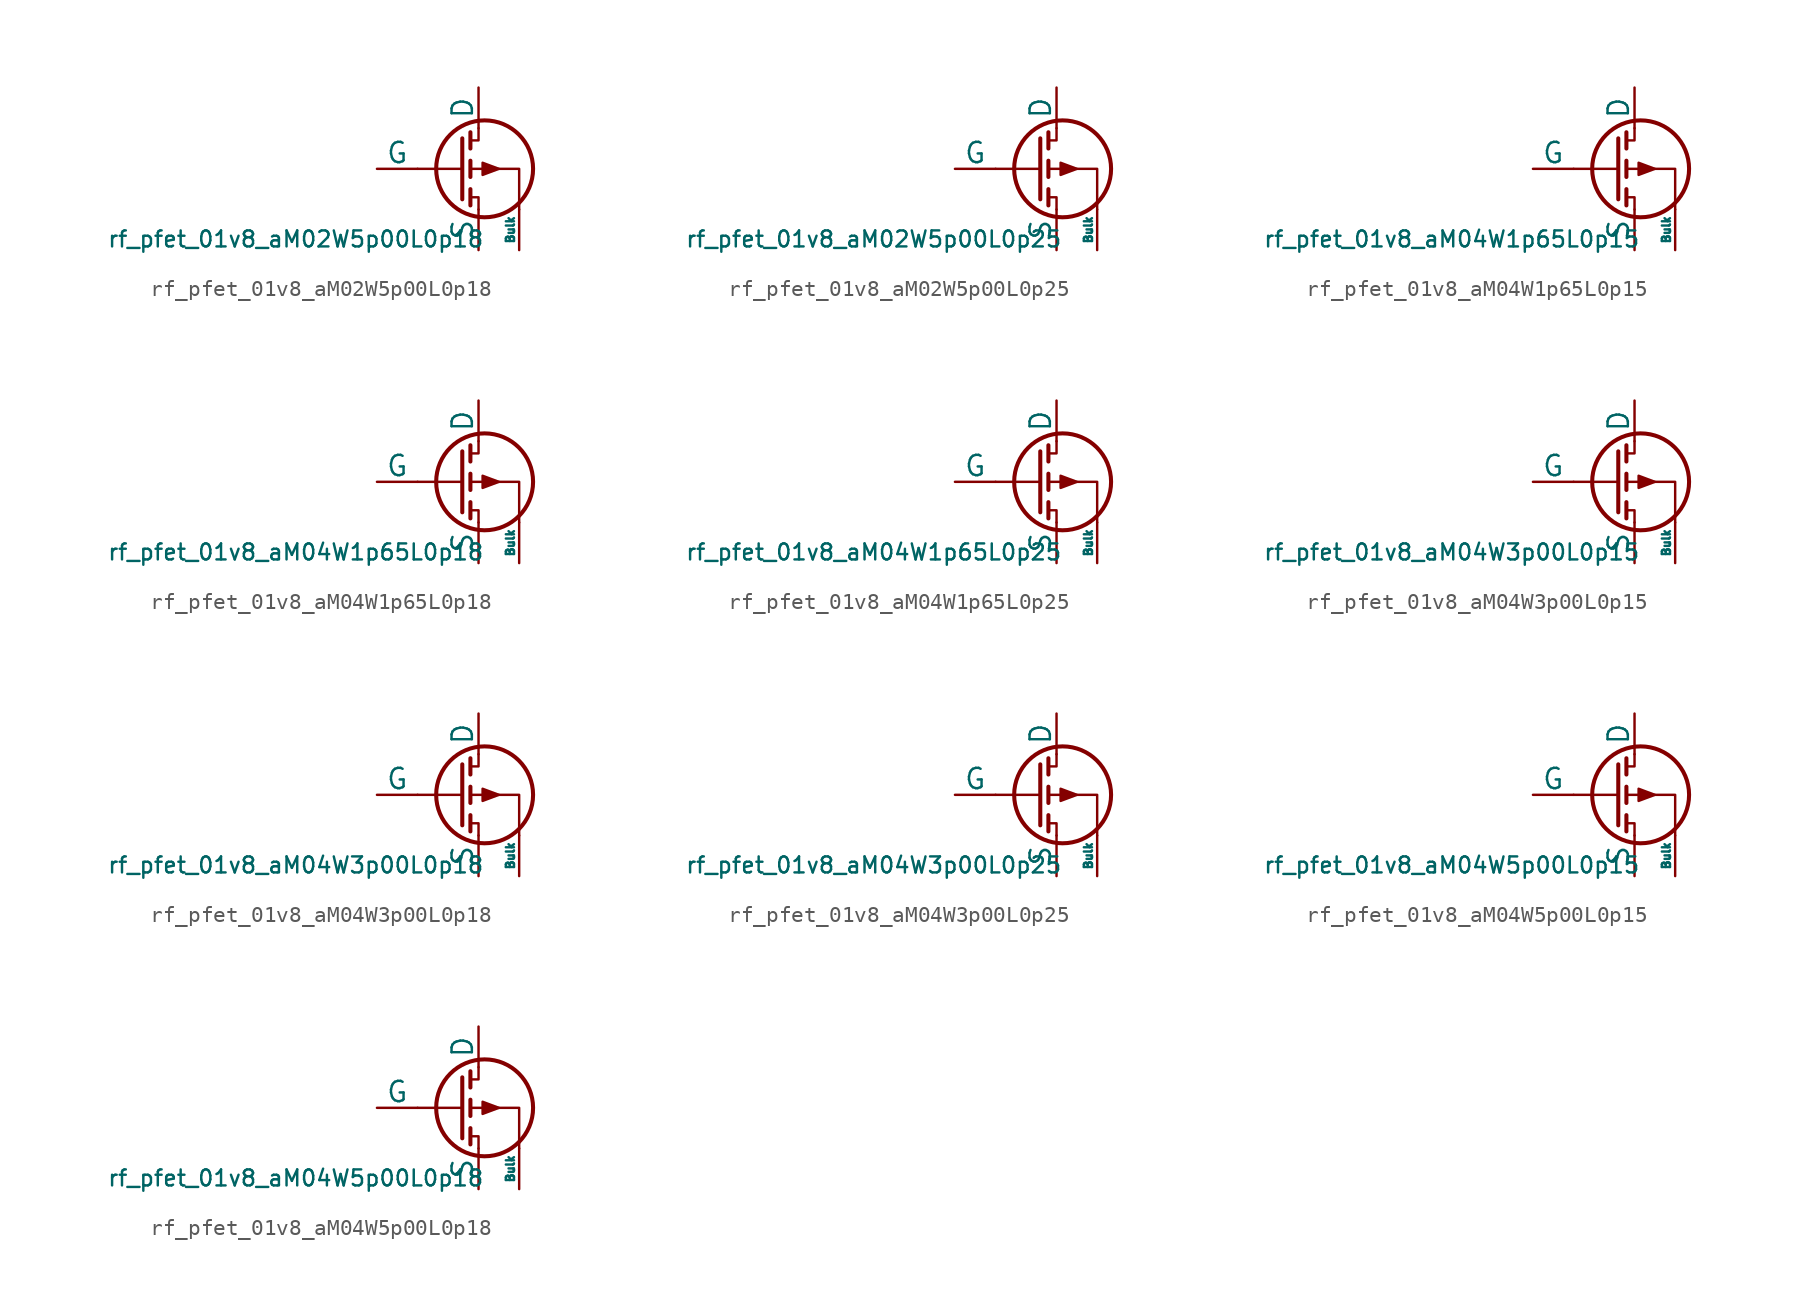
<source format=kicad_sym>
(kicad_symbol_lib
  (version 20211014)
  (generator pdk2kicad)
  (symbol "rf_pfet_01v8_aM02W5p00L0p18"
    (pin_numbers hide)
    (pin_names
      (offset 0))
    (property "Reference" "Q"
      (at 0 0 0)
      (effects (font (size 1 1)) hide))
    (property "Value" "rf_pfet_01v8_aM02W5p00L0p18"
      (at -8.89 -3.81 0)
      (effects (font (size 1 1)) (justify top)))
    (polyline
      (pts (xy 1.524 0) (xy -1.27 0))
      (stroke (width 0) (type default))
      (fill (type none)))
    (polyline
      (pts (xy 1.524 1.905) (xy 1.524 -1.905))
      (stroke (width 0.254) (type default))
      (fill (type none)))
    (polyline
      (pts (xy 2.032 -1.27) (xy 2.032 -2.286))
      (stroke (width 0.254) (type default))
      (fill (type none)))
    (polyline
      (pts (xy 2.032 0.508) (xy 2.032 -0.508))
      (stroke (width 0.254) (type default))
      (fill (type none)))
    (polyline
      (pts (xy 2.032 2.286) (xy 2.032 1.27))
      (stroke (width 0.254) (type default))
      (fill (type none)))
    (polyline
      (pts (xy 2.032 1.778) (xy 2.54 1.778) (xy 2.54 2.54))
      (stroke (width 0) (type default))
      (fill (type none)))
    (polyline
      (pts (xy 2.54 -2.54) (xy 2.54 -1.778) (xy 2.032 -1.778))
      (stroke (width 0) (type default))
      (fill (type none)))
    (polyline
      (pts (xy 5.08 -2.54) (xy 5.08 0) (xy 2.032 0))
      (stroke (width 0) (type default))
      (fill (type none)))
    (polyline
      (pts (xy 3.81 0) (xy 2.794 0.381) (xy 2.794 -0.381) (xy 3.81 0))
      (stroke (width 0) (type default))
      (fill (type outline)))
    (circle
      (center 2.921 0)
      (radius 3.029)
      (stroke (width 0.254) (type default))
      (fill (type none)))
    (pin passive line
      (at 2.54 5.08 270)
      (length 2.54)
      (name "D" (effects (font (size 1.27 1.27))))
      (number "2" (effects (font (size 1.27 1.27)))))
    (pin input line
      (at -3.81 0 0)
      (length 2.54)
      (name "G" (effects (font (size 1.27 1.27))))
      (number "3" (effects (font (size 1.27 1.27)))))
    (pin passive line
      (at 2.54 -5.08 90)
      (length 2.54)
      (name "S" (effects (font (size 1.27 1.27))))
      (number "4" (effects (font (size 1.27 1.27)))))
    (pin input line
      (at 5.08 -5.08 90)
      (length 2.54)
      (name "Bulk" (effects (font (size 0.508 0.508))))
      (number "1" (effects (font (size 1.27 1.27))))))
  (symbol "rf_pfet_01v8_aM02W5p00L0p25"
    (pin_numbers hide)
    (pin_names
      (offset 0))
    (property "Reference" "Q"
      (at 0 0 0)
      (effects (font (size 1 1)) hide))
    (property "Value" "rf_pfet_01v8_aM02W5p00L0p25"
      (at -8.89 -3.81 0)
      (effects (font (size 1 1)) (justify top)))
    (polyline
      (pts (xy 1.524 0) (xy -1.27 0))
      (stroke (width 0) (type default))
      (fill (type none)))
    (polyline
      (pts (xy 1.524 1.905) (xy 1.524 -1.905))
      (stroke (width 0.254) (type default))
      (fill (type none)))
    (polyline
      (pts (xy 2.032 -1.27) (xy 2.032 -2.286))
      (stroke (width 0.254) (type default))
      (fill (type none)))
    (polyline
      (pts (xy 2.032 0.508) (xy 2.032 -0.508))
      (stroke (width 0.254) (type default))
      (fill (type none)))
    (polyline
      (pts (xy 2.032 2.286) (xy 2.032 1.27))
      (stroke (width 0.254) (type default))
      (fill (type none)))
    (polyline
      (pts (xy 2.032 1.778) (xy 2.54 1.778) (xy 2.54 2.54))
      (stroke (width 0) (type default))
      (fill (type none)))
    (polyline
      (pts (xy 2.54 -2.54) (xy 2.54 -1.778) (xy 2.032 -1.778))
      (stroke (width 0) (type default))
      (fill (type none)))
    (polyline
      (pts (xy 5.08 -2.54) (xy 5.08 0) (xy 2.032 0))
      (stroke (width 0) (type default))
      (fill (type none)))
    (polyline
      (pts (xy 3.81 0) (xy 2.794 0.381) (xy 2.794 -0.381) (xy 3.81 0))
      (stroke (width 0) (type default))
      (fill (type outline)))
    (circle
      (center 2.921 0)
      (radius 3.029)
      (stroke (width 0.254) (type default))
      (fill (type none)))
    (pin passive line
      (at 2.54 5.08 270)
      (length 2.54)
      (name "D" (effects (font (size 1.27 1.27))))
      (number "2" (effects (font (size 1.27 1.27)))))
    (pin input line
      (at -3.81 0 0)
      (length 2.54)
      (name "G" (effects (font (size 1.27 1.27))))
      (number "3" (effects (font (size 1.27 1.27)))))
    (pin passive line
      (at 2.54 -5.08 90)
      (length 2.54)
      (name "S" (effects (font (size 1.27 1.27))))
      (number "4" (effects (font (size 1.27 1.27)))))
    (pin input line
      (at 5.08 -5.08 90)
      (length 2.54)
      (name "Bulk" (effects (font (size 0.508 0.508))))
      (number "1" (effects (font (size 1.27 1.27))))))
  (symbol "rf_pfet_01v8_aM04W1p65L0p15"
    (pin_numbers hide)
    (pin_names
      (offset 0))
    (property "Reference" "Q"
      (at 0 0 0)
      (effects (font (size 1 1)) hide))
    (property "Value" "rf_pfet_01v8_aM04W1p65L0p15"
      (at -8.89 -3.81 0)
      (effects (font (size 1 1)) (justify top)))
    (polyline
      (pts (xy 1.524 0) (xy -1.27 0))
      (stroke (width 0) (type default))
      (fill (type none)))
    (polyline
      (pts (xy 1.524 1.905) (xy 1.524 -1.905))
      (stroke (width 0.254) (type default))
      (fill (type none)))
    (polyline
      (pts (xy 2.032 -1.27) (xy 2.032 -2.286))
      (stroke (width 0.254) (type default))
      (fill (type none)))
    (polyline
      (pts (xy 2.032 0.508) (xy 2.032 -0.508))
      (stroke (width 0.254) (type default))
      (fill (type none)))
    (polyline
      (pts (xy 2.032 2.286) (xy 2.032 1.27))
      (stroke (width 0.254) (type default))
      (fill (type none)))
    (polyline
      (pts (xy 2.032 1.778) (xy 2.54 1.778) (xy 2.54 2.54))
      (stroke (width 0) (type default))
      (fill (type none)))
    (polyline
      (pts (xy 2.54 -2.54) (xy 2.54 -1.778) (xy 2.032 -1.778))
      (stroke (width 0) (type default))
      (fill (type none)))
    (polyline
      (pts (xy 5.08 -2.54) (xy 5.08 0) (xy 2.032 0))
      (stroke (width 0) (type default))
      (fill (type none)))
    (polyline
      (pts (xy 3.81 0) (xy 2.794 0.381) (xy 2.794 -0.381) (xy 3.81 0))
      (stroke (width 0) (type default))
      (fill (type outline)))
    (circle
      (center 2.921 0)
      (radius 3.029)
      (stroke (width 0.254) (type default))
      (fill (type none)))
    (pin passive line
      (at 2.54 5.08 270)
      (length 2.54)
      (name "D" (effects (font (size 1.27 1.27))))
      (number "2" (effects (font (size 1.27 1.27)))))
    (pin input line
      (at -3.81 0 0)
      (length 2.54)
      (name "G" (effects (font (size 1.27 1.27))))
      (number "3" (effects (font (size 1.27 1.27)))))
    (pin passive line
      (at 2.54 -5.08 90)
      (length 2.54)
      (name "S" (effects (font (size 1.27 1.27))))
      (number "4" (effects (font (size 1.27 1.27)))))
    (pin input line
      (at 5.08 -5.08 90)
      (length 2.54)
      (name "Bulk" (effects (font (size 0.508 0.508))))
      (number "1" (effects (font (size 1.27 1.27))))))
  (symbol "rf_pfet_01v8_aM04W1p65L0p18"
    (pin_numbers hide)
    (pin_names
      (offset 0))
    (property "Reference" "Q"
      (at 0 0 0)
      (effects (font (size 1 1)) hide))
    (property "Value" "rf_pfet_01v8_aM04W1p65L0p18"
      (at -8.89 -3.81 0)
      (effects (font (size 1 1)) (justify top)))
    (polyline
      (pts (xy 1.524 0) (xy -1.27 0))
      (stroke (width 0) (type default))
      (fill (type none)))
    (polyline
      (pts (xy 1.524 1.905) (xy 1.524 -1.905))
      (stroke (width 0.254) (type default))
      (fill (type none)))
    (polyline
      (pts (xy 2.032 -1.27) (xy 2.032 -2.286))
      (stroke (width 0.254) (type default))
      (fill (type none)))
    (polyline
      (pts (xy 2.032 0.508) (xy 2.032 -0.508))
      (stroke (width 0.254) (type default))
      (fill (type none)))
    (polyline
      (pts (xy 2.032 2.286) (xy 2.032 1.27))
      (stroke (width 0.254) (type default))
      (fill (type none)))
    (polyline
      (pts (xy 2.032 1.778) (xy 2.54 1.778) (xy 2.54 2.54))
      (stroke (width 0) (type default))
      (fill (type none)))
    (polyline
      (pts (xy 2.54 -2.54) (xy 2.54 -1.778) (xy 2.032 -1.778))
      (stroke (width 0) (type default))
      (fill (type none)))
    (polyline
      (pts (xy 5.08 -2.54) (xy 5.08 0) (xy 2.032 0))
      (stroke (width 0) (type default))
      (fill (type none)))
    (polyline
      (pts (xy 3.81 0) (xy 2.794 0.381) (xy 2.794 -0.381) (xy 3.81 0))
      (stroke (width 0) (type default))
      (fill (type outline)))
    (circle
      (center 2.921 0)
      (radius 3.029)
      (stroke (width 0.254) (type default))
      (fill (type none)))
    (pin passive line
      (at 2.54 5.08 270)
      (length 2.54)
      (name "D" (effects (font (size 1.27 1.27))))
      (number "2" (effects (font (size 1.27 1.27)))))
    (pin input line
      (at -3.81 0 0)
      (length 2.54)
      (name "G" (effects (font (size 1.27 1.27))))
      (number "3" (effects (font (size 1.27 1.27)))))
    (pin passive line
      (at 2.54 -5.08 90)
      (length 2.54)
      (name "S" (effects (font (size 1.27 1.27))))
      (number "4" (effects (font (size 1.27 1.27)))))
    (pin input line
      (at 5.08 -5.08 90)
      (length 2.54)
      (name "Bulk" (effects (font (size 0.508 0.508))))
      (number "1" (effects (font (size 1.27 1.27))))))
  (symbol "rf_pfet_01v8_aM04W1p65L0p25"
    (pin_numbers hide)
    (pin_names
      (offset 0))
    (property "Reference" "Q"
      (at 0 0 0)
      (effects (font (size 1 1)) hide))
    (property "Value" "rf_pfet_01v8_aM04W1p65L0p25"
      (at -8.89 -3.81 0)
      (effects (font (size 1 1)) (justify top)))
    (polyline
      (pts (xy 1.524 0) (xy -1.27 0))
      (stroke (width 0) (type default))
      (fill (type none)))
    (polyline
      (pts (xy 1.524 1.905) (xy 1.524 -1.905))
      (stroke (width 0.254) (type default))
      (fill (type none)))
    (polyline
      (pts (xy 2.032 -1.27) (xy 2.032 -2.286))
      (stroke (width 0.254) (type default))
      (fill (type none)))
    (polyline
      (pts (xy 2.032 0.508) (xy 2.032 -0.508))
      (stroke (width 0.254) (type default))
      (fill (type none)))
    (polyline
      (pts (xy 2.032 2.286) (xy 2.032 1.27))
      (stroke (width 0.254) (type default))
      (fill (type none)))
    (polyline
      (pts (xy 2.032 1.778) (xy 2.54 1.778) (xy 2.54 2.54))
      (stroke (width 0) (type default))
      (fill (type none)))
    (polyline
      (pts (xy 2.54 -2.54) (xy 2.54 -1.778) (xy 2.032 -1.778))
      (stroke (width 0) (type default))
      (fill (type none)))
    (polyline
      (pts (xy 5.08 -2.54) (xy 5.08 0) (xy 2.032 0))
      (stroke (width 0) (type default))
      (fill (type none)))
    (polyline
      (pts (xy 3.81 0) (xy 2.794 0.381) (xy 2.794 -0.381) (xy 3.81 0))
      (stroke (width 0) (type default))
      (fill (type outline)))
    (circle
      (center 2.921 0)
      (radius 3.029)
      (stroke (width 0.254) (type default))
      (fill (type none)))
    (pin passive line
      (at 2.54 5.08 270)
      (length 2.54)
      (name "D" (effects (font (size 1.27 1.27))))
      (number "2" (effects (font (size 1.27 1.27)))))
    (pin input line
      (at -3.81 0 0)
      (length 2.54)
      (name "G" (effects (font (size 1.27 1.27))))
      (number "3" (effects (font (size 1.27 1.27)))))
    (pin passive line
      (at 2.54 -5.08 90)
      (length 2.54)
      (name "S" (effects (font (size 1.27 1.27))))
      (number "4" (effects (font (size 1.27 1.27)))))
    (pin input line
      (at 5.08 -5.08 90)
      (length 2.54)
      (name "Bulk" (effects (font (size 0.508 0.508))))
      (number "1" (effects (font (size 1.27 1.27))))))
  (symbol "rf_pfet_01v8_aM04W3p00L0p15"
    (pin_numbers hide)
    (pin_names
      (offset 0))
    (property "Reference" "Q"
      (at 0 0 0)
      (effects (font (size 1 1)) hide))
    (property "Value" "rf_pfet_01v8_aM04W3p00L0p15"
      (at -8.89 -3.81 0)
      (effects (font (size 1 1)) (justify top)))
    (polyline
      (pts (xy 1.524 0) (xy -1.27 0))
      (stroke (width 0) (type default))
      (fill (type none)))
    (polyline
      (pts (xy 1.524 1.905) (xy 1.524 -1.905))
      (stroke (width 0.254) (type default))
      (fill (type none)))
    (polyline
      (pts (xy 2.032 -1.27) (xy 2.032 -2.286))
      (stroke (width 0.254) (type default))
      (fill (type none)))
    (polyline
      (pts (xy 2.032 0.508) (xy 2.032 -0.508))
      (stroke (width 0.254) (type default))
      (fill (type none)))
    (polyline
      (pts (xy 2.032 2.286) (xy 2.032 1.27))
      (stroke (width 0.254) (type default))
      (fill (type none)))
    (polyline
      (pts (xy 2.032 1.778) (xy 2.54 1.778) (xy 2.54 2.54))
      (stroke (width 0) (type default))
      (fill (type none)))
    (polyline
      (pts (xy 2.54 -2.54) (xy 2.54 -1.778) (xy 2.032 -1.778))
      (stroke (width 0) (type default))
      (fill (type none)))
    (polyline
      (pts (xy 5.08 -2.54) (xy 5.08 0) (xy 2.032 0))
      (stroke (width 0) (type default))
      (fill (type none)))
    (polyline
      (pts (xy 3.81 0) (xy 2.794 0.381) (xy 2.794 -0.381) (xy 3.81 0))
      (stroke (width 0) (type default))
      (fill (type outline)))
    (circle
      (center 2.921 0)
      (radius 3.029)
      (stroke (width 0.254) (type default))
      (fill (type none)))
    (pin passive line
      (at 2.54 5.08 270)
      (length 2.54)
      (name "D" (effects (font (size 1.27 1.27))))
      (number "2" (effects (font (size 1.27 1.27)))))
    (pin input line
      (at -3.81 0 0)
      (length 2.54)
      (name "G" (effects (font (size 1.27 1.27))))
      (number "3" (effects (font (size 1.27 1.27)))))
    (pin passive line
      (at 2.54 -5.08 90)
      (length 2.54)
      (name "S" (effects (font (size 1.27 1.27))))
      (number "4" (effects (font (size 1.27 1.27)))))
    (pin input line
      (at 5.08 -5.08 90)
      (length 2.54)
      (name "Bulk" (effects (font (size 0.508 0.508))))
      (number "1" (effects (font (size 1.27 1.27))))))
  (symbol "rf_pfet_01v8_aM04W3p00L0p18"
    (pin_numbers hide)
    (pin_names
      (offset 0))
    (property "Reference" "Q"
      (at 0 0 0)
      (effects (font (size 1 1)) hide))
    (property "Value" "rf_pfet_01v8_aM04W3p00L0p18"
      (at -8.89 -3.81 0)
      (effects (font (size 1 1)) (justify top)))
    (polyline
      (pts (xy 1.524 0) (xy -1.27 0))
      (stroke (width 0) (type default))
      (fill (type none)))
    (polyline
      (pts (xy 1.524 1.905) (xy 1.524 -1.905))
      (stroke (width 0.254) (type default))
      (fill (type none)))
    (polyline
      (pts (xy 2.032 -1.27) (xy 2.032 -2.286))
      (stroke (width 0.254) (type default))
      (fill (type none)))
    (polyline
      (pts (xy 2.032 0.508) (xy 2.032 -0.508))
      (stroke (width 0.254) (type default))
      (fill (type none)))
    (polyline
      (pts (xy 2.032 2.286) (xy 2.032 1.27))
      (stroke (width 0.254) (type default))
      (fill (type none)))
    (polyline
      (pts (xy 2.032 1.778) (xy 2.54 1.778) (xy 2.54 2.54))
      (stroke (width 0) (type default))
      (fill (type none)))
    (polyline
      (pts (xy 2.54 -2.54) (xy 2.54 -1.778) (xy 2.032 -1.778))
      (stroke (width 0) (type default))
      (fill (type none)))
    (polyline
      (pts (xy 5.08 -2.54) (xy 5.08 0) (xy 2.032 0))
      (stroke (width 0) (type default))
      (fill (type none)))
    (polyline
      (pts (xy 3.81 0) (xy 2.794 0.381) (xy 2.794 -0.381) (xy 3.81 0))
      (stroke (width 0) (type default))
      (fill (type outline)))
    (circle
      (center 2.921 0)
      (radius 3.029)
      (stroke (width 0.254) (type default))
      (fill (type none)))
    (pin passive line
      (at 2.54 5.08 270)
      (length 2.54)
      (name "D" (effects (font (size 1.27 1.27))))
      (number "2" (effects (font (size 1.27 1.27)))))
    (pin input line
      (at -3.81 0 0)
      (length 2.54)
      (name "G" (effects (font (size 1.27 1.27))))
      (number "3" (effects (font (size 1.27 1.27)))))
    (pin passive line
      (at 2.54 -5.08 90)
      (length 2.54)
      (name "S" (effects (font (size 1.27 1.27))))
      (number "4" (effects (font (size 1.27 1.27)))))
    (pin input line
      (at 5.08 -5.08 90)
      (length 2.54)
      (name "Bulk" (effects (font (size 0.508 0.508))))
      (number "1" (effects (font (size 1.27 1.27))))))
  (symbol "rf_pfet_01v8_aM04W3p00L0p25"
    (pin_numbers hide)
    (pin_names
      (offset 0))
    (property "Reference" "Q"
      (at 0 0 0)
      (effects (font (size 1 1)) hide))
    (property "Value" "rf_pfet_01v8_aM04W3p00L0p25"
      (at -8.89 -3.81 0)
      (effects (font (size 1 1)) (justify top)))
    (polyline
      (pts (xy 1.524 0) (xy -1.27 0))
      (stroke (width 0) (type default))
      (fill (type none)))
    (polyline
      (pts (xy 1.524 1.905) (xy 1.524 -1.905))
      (stroke (width 0.254) (type default))
      (fill (type none)))
    (polyline
      (pts (xy 2.032 -1.27) (xy 2.032 -2.286))
      (stroke (width 0.254) (type default))
      (fill (type none)))
    (polyline
      (pts (xy 2.032 0.508) (xy 2.032 -0.508))
      (stroke (width 0.254) (type default))
      (fill (type none)))
    (polyline
      (pts (xy 2.032 2.286) (xy 2.032 1.27))
      (stroke (width 0.254) (type default))
      (fill (type none)))
    (polyline
      (pts (xy 2.032 1.778) (xy 2.54 1.778) (xy 2.54 2.54))
      (stroke (width 0) (type default))
      (fill (type none)))
    (polyline
      (pts (xy 2.54 -2.54) (xy 2.54 -1.778) (xy 2.032 -1.778))
      (stroke (width 0) (type default))
      (fill (type none)))
    (polyline
      (pts (xy 5.08 -2.54) (xy 5.08 0) (xy 2.032 0))
      (stroke (width 0) (type default))
      (fill (type none)))
    (polyline
      (pts (xy 3.81 0) (xy 2.794 0.381) (xy 2.794 -0.381) (xy 3.81 0))
      (stroke (width 0) (type default))
      (fill (type outline)))
    (circle
      (center 2.921 0)
      (radius 3.029)
      (stroke (width 0.254) (type default))
      (fill (type none)))
    (pin passive line
      (at 2.54 5.08 270)
      (length 2.54)
      (name "D" (effects (font (size 1.27 1.27))))
      (number "2" (effects (font (size 1.27 1.27)))))
    (pin input line
      (at -3.81 0 0)
      (length 2.54)
      (name "G" (effects (font (size 1.27 1.27))))
      (number "3" (effects (font (size 1.27 1.27)))))
    (pin passive line
      (at 2.54 -5.08 90)
      (length 2.54)
      (name "S" (effects (font (size 1.27 1.27))))
      (number "4" (effects (font (size 1.27 1.27)))))
    (pin input line
      (at 5.08 -5.08 90)
      (length 2.54)
      (name "Bulk" (effects (font (size 0.508 0.508))))
      (number "1" (effects (font (size 1.27 1.27))))))
  (symbol "rf_pfet_01v8_aM04W5p00L0p15"
    (pin_numbers hide)
    (pin_names
      (offset 0))
    (property "Reference" "Q"
      (at 0 0 0)
      (effects (font (size 1 1)) hide))
    (property "Value" "rf_pfet_01v8_aM04W5p00L0p15"
      (at -8.89 -3.81 0)
      (effects (font (size 1 1)) (justify top)))
    (polyline
      (pts (xy 1.524 0) (xy -1.27 0))
      (stroke (width 0) (type default))
      (fill (type none)))
    (polyline
      (pts (xy 1.524 1.905) (xy 1.524 -1.905))
      (stroke (width 0.254) (type default))
      (fill (type none)))
    (polyline
      (pts (xy 2.032 -1.27) (xy 2.032 -2.286))
      (stroke (width 0.254) (type default))
      (fill (type none)))
    (polyline
      (pts (xy 2.032 0.508) (xy 2.032 -0.508))
      (stroke (width 0.254) (type default))
      (fill (type none)))
    (polyline
      (pts (xy 2.032 2.286) (xy 2.032 1.27))
      (stroke (width 0.254) (type default))
      (fill (type none)))
    (polyline
      (pts (xy 2.032 1.778) (xy 2.54 1.778) (xy 2.54 2.54))
      (stroke (width 0) (type default))
      (fill (type none)))
    (polyline
      (pts (xy 2.54 -2.54) (xy 2.54 -1.778) (xy 2.032 -1.778))
      (stroke (width 0) (type default))
      (fill (type none)))
    (polyline
      (pts (xy 5.08 -2.54) (xy 5.08 0) (xy 2.032 0))
      (stroke (width 0) (type default))
      (fill (type none)))
    (polyline
      (pts (xy 3.81 0) (xy 2.794 0.381) (xy 2.794 -0.381) (xy 3.81 0))
      (stroke (width 0) (type default))
      (fill (type outline)))
    (circle
      (center 2.921 0)
      (radius 3.029)
      (stroke (width 0.254) (type default))
      (fill (type none)))
    (pin passive line
      (at 2.54 5.08 270)
      (length 2.54)
      (name "D" (effects (font (size 1.27 1.27))))
      (number "2" (effects (font (size 1.27 1.27)))))
    (pin input line
      (at -3.81 0 0)
      (length 2.54)
      (name "G" (effects (font (size 1.27 1.27))))
      (number "3" (effects (font (size 1.27 1.27)))))
    (pin passive line
      (at 2.54 -5.08 90)
      (length 2.54)
      (name "S" (effects (font (size 1.27 1.27))))
      (number "4" (effects (font (size 1.27 1.27)))))
    (pin input line
      (at 5.08 -5.08 90)
      (length 2.54)
      (name "Bulk" (effects (font (size 0.508 0.508))))
      (number "1" (effects (font (size 1.27 1.27))))))
  (symbol "rf_pfet_01v8_aM04W5p00L0p18"
    (pin_numbers hide)
    (pin_names
      (offset 0))
    (property "Reference" "Q"
      (at 0 0 0)
      (effects (font (size 1 1)) hide))
    (property "Value" "rf_pfet_01v8_aM04W5p00L0p18"
      (at -8.89 -3.81 0)
      (effects (font (size 1 1)) (justify top)))
    (polyline
      (pts (xy 1.524 0) (xy -1.27 0))
      (stroke (width 0) (type default))
      (fill (type none)))
    (polyline
      (pts (xy 1.524 1.905) (xy 1.524 -1.905))
      (stroke (width 0.254) (type default))
      (fill (type none)))
    (polyline
      (pts (xy 2.032 -1.27) (xy 2.032 -2.286))
      (stroke (width 0.254) (type default))
      (fill (type none)))
    (polyline
      (pts (xy 2.032 0.508) (xy 2.032 -0.508))
      (stroke (width 0.254) (type default))
      (fill (type none)))
    (polyline
      (pts (xy 2.032 2.286) (xy 2.032 1.27))
      (stroke (width 0.254) (type default))
      (fill (type none)))
    (polyline
      (pts (xy 2.032 1.778) (xy 2.54 1.778) (xy 2.54 2.54))
      (stroke (width 0) (type default))
      (fill (type none)))
    (polyline
      (pts (xy 2.54 -2.54) (xy 2.54 -1.778) (xy 2.032 -1.778))
      (stroke (width 0) (type default))
      (fill (type none)))
    (polyline
      (pts (xy 5.08 -2.54) (xy 5.08 0) (xy 2.032 0))
      (stroke (width 0) (type default))
      (fill (type none)))
    (polyline
      (pts (xy 3.81 0) (xy 2.794 0.381) (xy 2.794 -0.381) (xy 3.81 0))
      (stroke (width 0) (type default))
      (fill (type outline)))
    (circle
      (center 2.921 0)
      (radius 3.029)
      (stroke (width 0.254) (type default))
      (fill (type none)))
    (pin passive line
      (at 2.54 5.08 270)
      (length 2.54)
      (name "D" (effects (font (size 1.27 1.27))))
      (number "2" (effects (font (size 1.27 1.27)))))
    (pin input line
      (at -3.81 0 0)
      (length 2.54)
      (name "G" (effects (font (size 1.27 1.27))))
      (number "3" (effects (font (size 1.27 1.27)))))
    (pin passive line
      (at 2.54 -5.08 90)
      (length 2.54)
      (name "S" (effects (font (size 1.27 1.27))))
      (number "4" (effects (font (size 1.27 1.27)))))
    (pin input line
      (at 5.08 -5.08 90)
      (length 2.54)
      (name "Bulk" (effects (font (size 0.508 0.508))))
      (number "1" (effects (font (size 1.27 1.27)))))))
</source>
